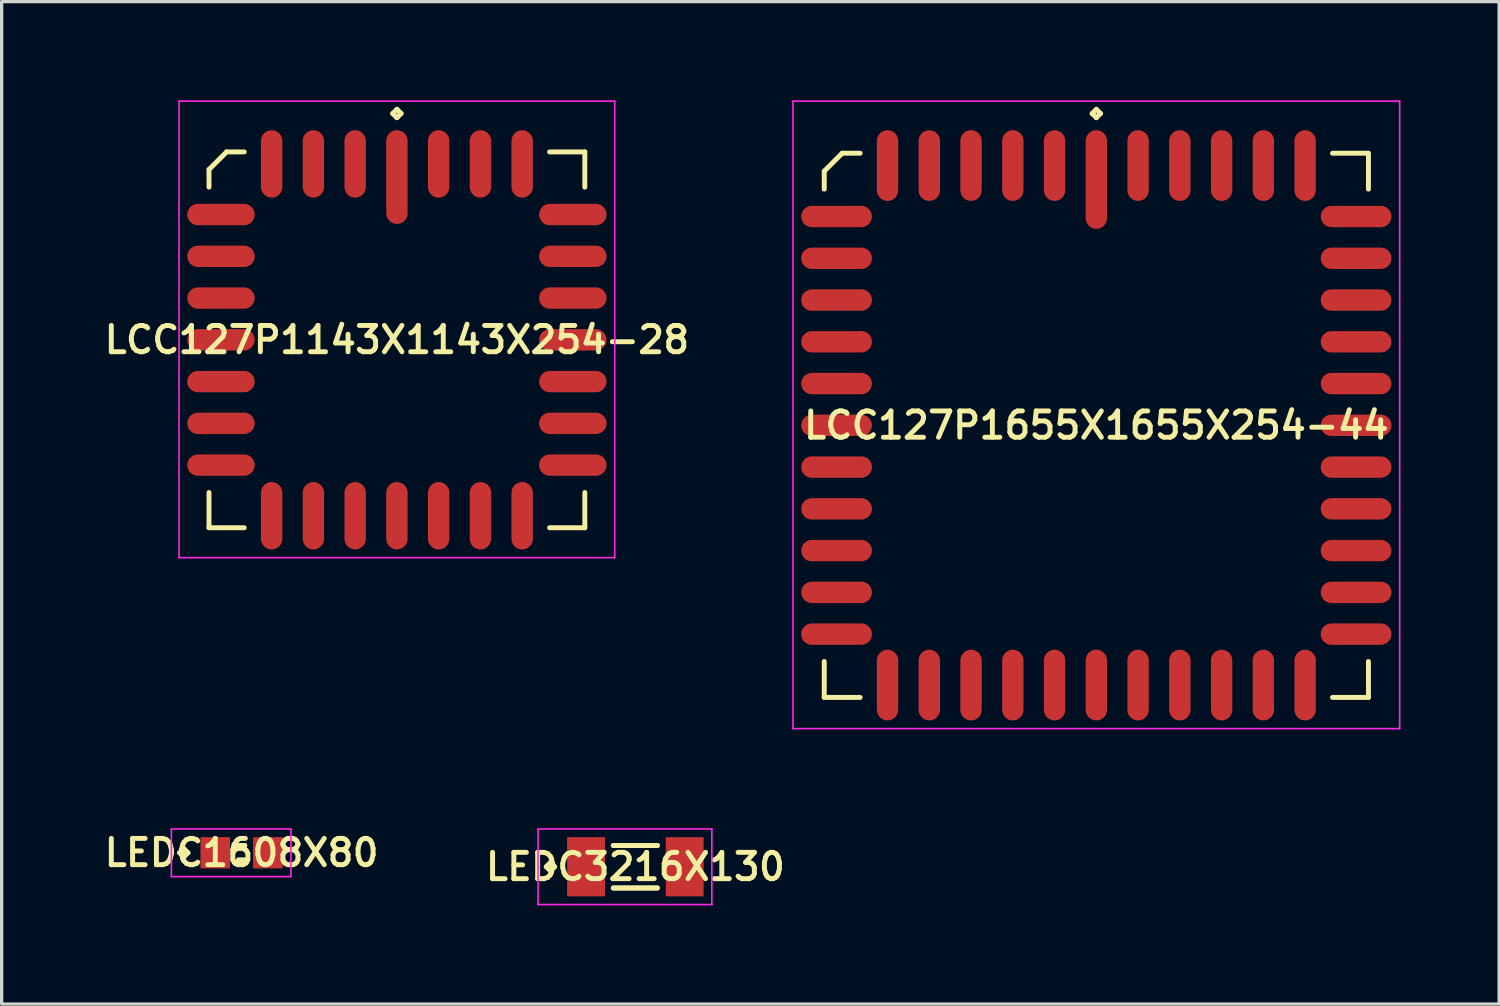
<source format=kicad_pcb>
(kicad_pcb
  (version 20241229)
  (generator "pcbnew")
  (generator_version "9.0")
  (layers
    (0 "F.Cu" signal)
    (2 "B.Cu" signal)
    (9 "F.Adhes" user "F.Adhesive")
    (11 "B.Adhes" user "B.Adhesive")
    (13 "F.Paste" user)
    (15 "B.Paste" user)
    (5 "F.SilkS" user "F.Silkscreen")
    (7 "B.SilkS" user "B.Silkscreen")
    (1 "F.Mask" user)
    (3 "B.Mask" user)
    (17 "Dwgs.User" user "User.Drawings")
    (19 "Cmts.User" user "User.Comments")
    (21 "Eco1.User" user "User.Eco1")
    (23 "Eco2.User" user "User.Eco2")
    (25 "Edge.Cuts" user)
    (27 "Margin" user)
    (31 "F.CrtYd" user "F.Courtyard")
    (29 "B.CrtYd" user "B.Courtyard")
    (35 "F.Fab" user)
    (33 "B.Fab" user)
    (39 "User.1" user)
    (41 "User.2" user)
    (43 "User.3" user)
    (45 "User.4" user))
  (footprint "LCC127P1143X1143X254-28"
    (layer "F.Cu")
    (at 9.021 7.285)
    (property "Reference" "LCC127P1143X1143X254-28" (at 0 0 0) (layer "F.SilkS") (effects (font (size 0.8 0.8) (thickness 0.15))))
    (attr smd)
    (fp_line (start -5.715 -5.179) (end -5.179 -5.715) (stroke (width 0.15) (type solid)) (layer "F.SilkS"))
    (fp_line (start -5.715 -4.643) (end -5.715 -5.179) (stroke (width 0.15) (type solid)) (layer "F.SilkS"))
    (fp_line (start -5.715 4.643) (end -5.715 5.715) (stroke (width 0.15) (type solid)) (layer "F.SilkS"))
    (fp_line (start -5.715 5.715) (end -4.643 5.715) (stroke (width 0.15) (type solid)) (layer "F.SilkS"))
    (fp_line (start -5.179 -5.715) (end -4.643 -5.715) (stroke (width 0.15) (type solid)) (layer "F.SilkS"))
    (fp_line (start -0.127 -6.883) (end 0 -7.01) (stroke (width 0.15) (type solid)) (layer "F.SilkS"))
    (fp_line (start 0 -7.01) (end 0.127 -6.883) (stroke (width 0.15) (type solid)) (layer "F.SilkS"))
    (fp_line (start 0 -6.756) (end -0.127 -6.883) (stroke (width 0.15) (type solid)) (layer "F.SilkS"))
    (fp_line (start 0.127 -6.883) (end 0 -6.756) (stroke (width 0.15) (type solid)) (layer "F.SilkS"))
    (fp_line (start 5.715 -5.715) (end 4.643 -5.715) (stroke (width 0.15) (type solid)) (layer "F.SilkS"))
    (fp_line (start 5.715 -4.643) (end 5.715 -5.715) (stroke (width 0.15) (type solid)) (layer "F.SilkS"))
    (fp_line (start 5.715 4.643) (end 5.715 5.715) (stroke (width 0.15) (type solid)) (layer "F.SilkS"))
    (fp_line (start 5.715 5.715) (end 4.643 5.715) (stroke (width 0.15) (type solid)) (layer "F.SilkS"))
    (fp_line (start -6.625 -7.26) (end 6.625 -7.26) (stroke (width 0.05) (type solid)) (layer "F.CrtYd"))
    (fp_line (start -6.625 6.625) (end -6.625 -7.26) (stroke (width 0.05) (type solid)) (layer "F.CrtYd"))
    (fp_line (start 6.625 -7.26) (end 6.625 6.625) (stroke (width 0.05) (type solid)) (layer "F.CrtYd"))
    (fp_line (start 6.625 6.625) (end -6.625 6.625) (stroke (width 0.05) (type solid)) (layer "F.CrtYd"))
    (pad "1" smd oval (at 0 -4.95) (size 0.65 2.85) (layers "F.Cu" "F.Mask" "F.Paste"))
    (pad "2" smd oval (at -1.27 -5.35) (size 0.65 2.05) (layers "F.Cu" "F.Mask" "F.Paste"))
    (pad "3" smd oval (at -2.54 -5.35) (size 0.65 2.05) (layers "F.Cu" "F.Mask" "F.Paste"))
    (pad "4" smd oval (at -3.81 -5.35) (size 0.65 2.05) (layers "F.Cu" "F.Mask" "F.Paste"))
    (pad "5" smd oval (at -5.35 -3.81) (size 2.05 0.65) (layers "F.Cu" "F.Mask" "F.Paste"))
    (pad "6" smd oval (at -5.35 -2.54) (size 2.05 0.65) (layers "F.Cu" "F.Mask" "F.Paste"))
    (pad "7" smd oval (at -5.35 -1.27) (size 2.05 0.65) (layers "F.Cu" "F.Mask" "F.Paste"))
    (pad "8" smd oval (at -5.35 0) (size 2.05 0.65) (layers "F.Cu" "F.Mask" "F.Paste"))
    (pad "9" smd oval (at -5.35 1.27) (size 2.05 0.65) (layers "F.Cu" "F.Mask" "F.Paste"))
    (pad "10" smd oval (at -5.35 2.54) (size 2.05 0.65) (layers "F.Cu" "F.Mask" "F.Paste"))
    (pad "11" smd oval (at -5.35 3.81) (size 2.05 0.65) (layers "F.Cu" "F.Mask" "F.Paste"))
    (pad "12" smd oval (at -3.81 5.35) (size 0.65 2.05) (layers "F.Cu" "F.Mask" "F.Paste"))
    (pad "13" smd oval (at -2.54 5.35) (size 0.65 2.05) (layers "F.Cu" "F.Mask" "F.Paste"))
    (pad "14" smd oval (at -1.27 5.35) (size 0.65 2.05) (layers "F.Cu" "F.Mask" "F.Paste"))
    (pad "15" smd oval (at 0 5.35) (size 0.65 2.05) (layers "F.Cu" "F.Mask" "F.Paste"))
    (pad "16" smd oval (at 1.27 5.35) (size 0.65 2.05) (layers "F.Cu" "F.Mask" "F.Paste"))
    (pad "17" smd oval (at 2.54 5.35) (size 0.65 2.05) (layers "F.Cu" "F.Mask" "F.Paste"))
    (pad "18" smd oval (at 3.81 5.35) (size 0.65 2.05) (layers "F.Cu" "F.Mask" "F.Paste"))
    (pad "19" smd oval (at 5.35 3.81) (size 2.05 0.65) (layers "F.Cu" "F.Mask" "F.Paste"))
    (pad "20" smd oval (at 5.35 2.54) (size 2.05 0.65) (layers "F.Cu" "F.Mask" "F.Paste"))
    (pad "21" smd oval (at 5.35 1.27) (size 2.05 0.65) (layers "F.Cu" "F.Mask" "F.Paste"))
    (pad "22" smd oval (at 5.35 0) (size 2.05 0.65) (layers "F.Cu" "F.Mask" "F.Paste"))
    (pad "23" smd oval (at 5.35 -1.27) (size 2.05 0.65) (layers "F.Cu" "F.Mask" "F.Paste"))
    (pad "24" smd oval (at 5.35 -2.54) (size 2.05 0.65) (layers "F.Cu" "F.Mask" "F.Paste"))
    (pad "25" smd oval (at 5.35 -3.81) (size 2.05 0.65) (layers "F.Cu" "F.Mask" "F.Paste"))
    (pad "26" smd oval (at 3.81 -5.35) (size 0.65 2.05) (layers "F.Cu" "F.Mask" "F.Paste"))
    (pad "27" smd oval (at 2.54 -5.35) (size 0.65 2.05) (layers "F.Cu" "F.Mask" "F.Paste"))
    (pad "28" smd oval (at 1.27 -5.35) (size 0.65 2.05) (layers "F.Cu" "F.Mask" "F.Paste")))
  (footprint "LEDC3216X130"
    (layer "F.Cu")
    (at 16.273 23.31)
    (property "Reference" "LEDC3216X130" (at 0 0 0) (layer "F.SilkS") (effects (font (size 0.8 0.8) (thickness 0.15))))
    (attr smd)
    (fp_line (start -2.71 0) (end -2.583 -0.127) (stroke (width 0.15) (type solid)) (layer "F.SilkS"))
    (fp_line (start -2.583 -0.127) (end -2.456 0) (stroke (width 0.15) (type solid)) (layer "F.SilkS"))
    (fp_line (start -2.583 0.127) (end -2.71 0) (stroke (width 0.15) (type solid)) (layer "F.SilkS"))
    (fp_line (start -2.456 0) (end -2.583 0.127) (stroke (width 0.15) (type solid)) (layer "F.SilkS"))
    (fp_line (start -0.671 -0.646) (end 0.671 -0.646) (stroke (width 0.15) (type solid)) (layer "F.SilkS"))
    (fp_line (start -0.671 0.646) (end 0.671 0.646) (stroke (width 0.15) (type solid)) (layer "F.SilkS"))
    (fp_line (start 0.671 -0.646) (end -0.671 -0.646) (stroke (width 0.15) (type solid)) (layer "F.SilkS"))
    (fp_line (start 0.671 0.646) (end -0.671 0.646) (stroke (width 0.15) (type solid)) (layer "F.SilkS"))
    (fp_line (start -2.96 -1.15) (end 2.325 -1.15) (stroke (width 0.05) (type solid)) (layer "F.CrtYd"))
    (fp_line (start -2.96 1.15) (end -2.96 -1.15) (stroke (width 0.05) (type solid)) (layer "F.CrtYd"))
    (fp_line (start 2.325 -1.15) (end 2.325 1.15) (stroke (width 0.05) (type solid)) (layer "F.CrtYd"))
    (fp_line (start 2.325 1.15) (end -2.96 1.15) (stroke (width 0.05) (type solid)) (layer "F.CrtYd"))
    (pad "1" smd rect (at -1.5 0) (size 1.15 1.8) (layers "F.Cu" "F.Mask" "F.Paste"))
    (pad "2" smd rect (at 1.5 0) (size 1.15 1.8) (layers "F.Cu" "F.Mask" "F.Paste")))
  (footprint "LCC127P1655X1655X254-44"
    (layer "F.Cu")
    (at 30.292 9.885)
    (property "Reference" "LCC127P1655X1655X254-44" (at 0 0 0) (layer "F.SilkS") (effects (font (size 0.8 0.8) (thickness 0.15))))
    (attr smd)
    (fp_line (start -8.275 -7.729) (end -7.729 -8.275) (stroke (width 0.15) (type solid)) (layer "F.SilkS"))
    (fp_line (start -8.275 -7.183) (end -8.275 -7.729) (stroke (width 0.15) (type solid)) (layer "F.SilkS"))
    (fp_line (start -8.275 7.183) (end -8.275 8.275) (stroke (width 0.15) (type solid)) (layer "F.SilkS"))
    (fp_line (start -8.275 8.275) (end -7.183 8.275) (stroke (width 0.15) (type solid)) (layer "F.SilkS"))
    (fp_line (start -7.729 -8.275) (end -7.183 -8.275) (stroke (width 0.15) (type solid)) (layer "F.SilkS"))
    (fp_line (start -0.127 -9.483) (end 0 -9.61) (stroke (width 0.15) (type solid)) (layer "F.SilkS"))
    (fp_line (start 0 -9.61) (end 0.127 -9.483) (stroke (width 0.15) (type solid)) (layer "F.SilkS"))
    (fp_line (start 0 -9.356) (end -0.127 -9.483) (stroke (width 0.15) (type solid)) (layer "F.SilkS"))
    (fp_line (start 0.127 -9.483) (end 0 -9.356) (stroke (width 0.15) (type solid)) (layer "F.SilkS"))
    (fp_line (start 8.275 -8.275) (end 7.183 -8.275) (stroke (width 0.15) (type solid)) (layer "F.SilkS"))
    (fp_line (start 8.275 -7.183) (end 8.275 -8.275) (stroke (width 0.15) (type solid)) (layer "F.SilkS"))
    (fp_line (start 8.275 7.183) (end 8.275 8.275) (stroke (width 0.15) (type solid)) (layer "F.SilkS"))
    (fp_line (start 8.275 8.275) (end 7.183 8.275) (stroke (width 0.15) (type solid)) (layer "F.SilkS"))
    (fp_line (start -9.225 -9.86) (end 9.225 -9.86) (stroke (width 0.05) (type solid)) (layer "F.CrtYd"))
    (fp_line (start -9.225 9.225) (end -9.225 -9.86) (stroke (width 0.05) (type solid)) (layer "F.CrtYd"))
    (fp_line (start 9.225 -9.86) (end 9.225 9.225) (stroke (width 0.05) (type solid)) (layer "F.CrtYd"))
    (fp_line (start 9.225 9.225) (end -9.225 9.225) (stroke (width 0.05) (type solid)) (layer "F.CrtYd"))
    (pad "1" smd oval (at 0 -7.475) (size 0.65 3) (layers "F.Cu" "F.Mask" "F.Paste"))
    (pad "2" smd oval (at -1.27 -7.9) (size 0.65 2.15) (layers "F.Cu" "F.Mask" "F.Paste"))
    (pad "3" smd oval (at -2.54 -7.9) (size 0.65 2.15) (layers "F.Cu" "F.Mask" "F.Paste"))
    (pad "4" smd oval (at -3.81 -7.9) (size 0.65 2.15) (layers "F.Cu" "F.Mask" "F.Paste"))
    (pad "5" smd oval (at -5.08 -7.9) (size 0.65 2.15) (layers "F.Cu" "F.Mask" "F.Paste"))
    (pad "6" smd oval (at -6.35 -7.9) (size 0.65 2.15) (layers "F.Cu" "F.Mask" "F.Paste"))
    (pad "7" smd oval (at -7.9 -6.35) (size 2.15 0.65) (layers "F.Cu" "F.Mask" "F.Paste"))
    (pad "8" smd oval (at -7.9 -5.08) (size 2.15 0.65) (layers "F.Cu" "F.Mask" "F.Paste"))
    (pad "9" smd oval (at -7.9 -3.81) (size 2.15 0.65) (layers "F.Cu" "F.Mask" "F.Paste"))
    (pad "10" smd oval (at -7.9 -2.54) (size 2.15 0.65) (layers "F.Cu" "F.Mask" "F.Paste"))
    (pad "11" smd oval (at -7.9 -1.27) (size 2.15 0.65) (layers "F.Cu" "F.Mask" "F.Paste"))
    (pad "12" smd oval (at -7.9 0) (size 2.15 0.65) (layers "F.Cu" "F.Mask" "F.Paste"))
    (pad "13" smd oval (at -7.9 1.27) (size 2.15 0.65) (layers "F.Cu" "F.Mask" "F.Paste"))
    (pad "14" smd oval (at -7.9 2.54) (size 2.15 0.65) (layers "F.Cu" "F.Mask" "F.Paste"))
    (pad "15" smd oval (at -7.9 3.81) (size 2.15 0.65) (layers "F.Cu" "F.Mask" "F.Paste"))
    (pad "16" smd oval (at -7.9 5.08) (size 2.15 0.65) (layers "F.Cu" "F.Mask" "F.Paste"))
    (pad "17" smd oval (at -7.9 6.35) (size 2.15 0.65) (layers "F.Cu" "F.Mask" "F.Paste"))
    (pad "18" smd oval (at -6.35 7.9) (size 0.65 2.15) (layers "F.Cu" "F.Mask" "F.Paste"))
    (pad "19" smd oval (at -5.08 7.9) (size 0.65 2.15) (layers "F.Cu" "F.Mask" "F.Paste"))
    (pad "20" smd oval (at -3.81 7.9) (size 0.65 2.15) (layers "F.Cu" "F.Mask" "F.Paste"))
    (pad "21" smd oval (at -2.54 7.9) (size 0.65 2.15) (layers "F.Cu" "F.Mask" "F.Paste"))
    (pad "22" smd oval (at -1.27 7.9) (size 0.65 2.15) (layers "F.Cu" "F.Mask" "F.Paste"))
    (pad "23" smd oval (at 0 7.9) (size 0.65 2.15) (layers "F.Cu" "F.Mask" "F.Paste"))
    (pad "24" smd oval (at 1.27 7.9) (size 0.65 2.15) (layers "F.Cu" "F.Mask" "F.Paste"))
    (pad "25" smd oval (at 2.54 7.9) (size 0.65 2.15) (layers "F.Cu" "F.Mask" "F.Paste"))
    (pad "26" smd oval (at 3.81 7.9) (size 0.65 2.15) (layers "F.Cu" "F.Mask" "F.Paste"))
    (pad "27" smd oval (at 5.08 7.9) (size 0.65 2.15) (layers "F.Cu" "F.Mask" "F.Paste"))
    (pad "28" smd oval (at 6.35 7.9) (size 0.65 2.15) (layers "F.Cu" "F.Mask" "F.Paste"))
    (pad "29" smd oval (at 7.9 6.35) (size 2.15 0.65) (layers "F.Cu" "F.Mask" "F.Paste"))
    (pad "30" smd oval (at 7.9 5.08) (size 2.15 0.65) (layers "F.Cu" "F.Mask" "F.Paste"))
    (pad "31" smd oval (at 7.9 3.81) (size 2.15 0.65) (layers "F.Cu" "F.Mask" "F.Paste"))
    (pad "32" smd oval (at 7.9 2.54) (size 2.15 0.65) (layers "F.Cu" "F.Mask" "F.Paste"))
    (pad "33" smd oval (at 7.9 1.27) (size 2.15 0.65) (layers "F.Cu" "F.Mask" "F.Paste"))
    (pad "34" smd oval (at 7.9 0) (size 2.15 0.65) (layers "F.Cu" "F.Mask" "F.Paste"))
    (pad "35" smd oval (at 7.9 -1.27) (size 2.15 0.65) (layers "F.Cu" "F.Mask" "F.Paste"))
    (pad "36" smd oval (at 7.9 -2.54) (size 2.15 0.65) (layers "F.Cu" "F.Mask" "F.Paste"))
    (pad "37" smd oval (at 7.9 -3.81) (size 2.15 0.65) (layers "F.Cu" "F.Mask" "F.Paste"))
    (pad "38" smd oval (at 7.9 -5.08) (size 2.15 0.65) (layers "F.Cu" "F.Mask" "F.Paste"))
    (pad "39" smd oval (at 7.9 -6.35) (size 2.15 0.65) (layers "F.Cu" "F.Mask" "F.Paste"))
    (pad "40" smd oval (at 6.35 -7.9) (size 0.65 2.15) (layers "F.Cu" "F.Mask" "F.Paste"))
    (pad "41" smd oval (at 5.08 -7.9) (size 0.65 2.15) (layers "F.Cu" "F.Mask" "F.Paste"))
    (pad "42" smd oval (at 3.81 -7.9) (size 0.65 2.15) (layers "F.Cu" "F.Mask" "F.Paste"))
    (pad "43" smd oval (at 2.54 -7.9) (size 0.65 2.15) (layers "F.Cu" "F.Mask" "F.Paste"))
    (pad "44" smd oval (at 1.27 -7.9) (size 0.65 2.15) (layers "F.Cu" "F.Mask" "F.Paste")))
  (footprint "LEDC1608X80"
    (layer "F.Cu")
    (at 4.297 22.885)
    (property "Reference" "LEDC1608X80" (at 0 0 0) (layer "F.SilkS") (effects (font (size 0.8 0.8) (thickness 0.15))))
    (attr smd)
    (fp_line (start -1.885 0) (end -1.758 -0.127) (stroke (width 0.15) (type solid)) (layer "F.SilkS"))
    (fp_line (start -1.758 -0.127) (end -1.631 0) (stroke (width 0.15) (type solid)) (layer "F.SilkS"))
    (fp_line (start -1.758 0.127) (end -1.885 0) (stroke (width 0.15) (type solid)) (layer "F.SilkS"))
    (fp_line (start -1.631 0) (end -1.758 0.127) (stroke (width 0.15) (type solid)) (layer "F.SilkS"))
    (fp_line (start -0.096 -0.221) (end 0.096 -0.221) (stroke (width 0.15) (type solid)) (layer "F.SilkS"))
    (fp_line (start -0.096 0.221) (end 0.096 0.221) (stroke (width 0.15) (type solid)) (layer "F.SilkS"))
    (fp_line (start 0.096 -0.221) (end -0.096 -0.221) (stroke (width 0.15) (type solid)) (layer "F.SilkS"))
    (fp_line (start 0.096 0.221) (end -0.096 0.221) (stroke (width 0.15) (type solid)) (layer "F.SilkS"))
    (fp_line (start -2.135 -0.725) (end 1.5 -0.725) (stroke (width 0.05) (type solid)) (layer "F.CrtYd"))
    (fp_line (start -2.135 0.725) (end -2.135 -0.725) (stroke (width 0.05) (type solid)) (layer "F.CrtYd"))
    (fp_line (start 1.5 -0.725) (end 1.5 0.725) (stroke (width 0.05) (type solid)) (layer "F.CrtYd"))
    (fp_line (start 1.5 0.725) (end -2.135 0.725) (stroke (width 0.05) (type solid)) (layer "F.CrtYd"))
    (pad "1" smd rect (at -0.8 0) (size 0.9 0.95) (layers "F.Cu" "F.Mask" "F.Paste"))
    (pad "2" smd rect (at 0.8 0) (size 0.9 0.95) (layers "F.Cu" "F.Mask" "F.Paste")))
  (gr_rect
    (start -3 -3)
    (end 42.542 27.485)
    (stroke (width 0.1) (type default))
    (fill no)
    (layer "Edge.Cuts")))
</source>
